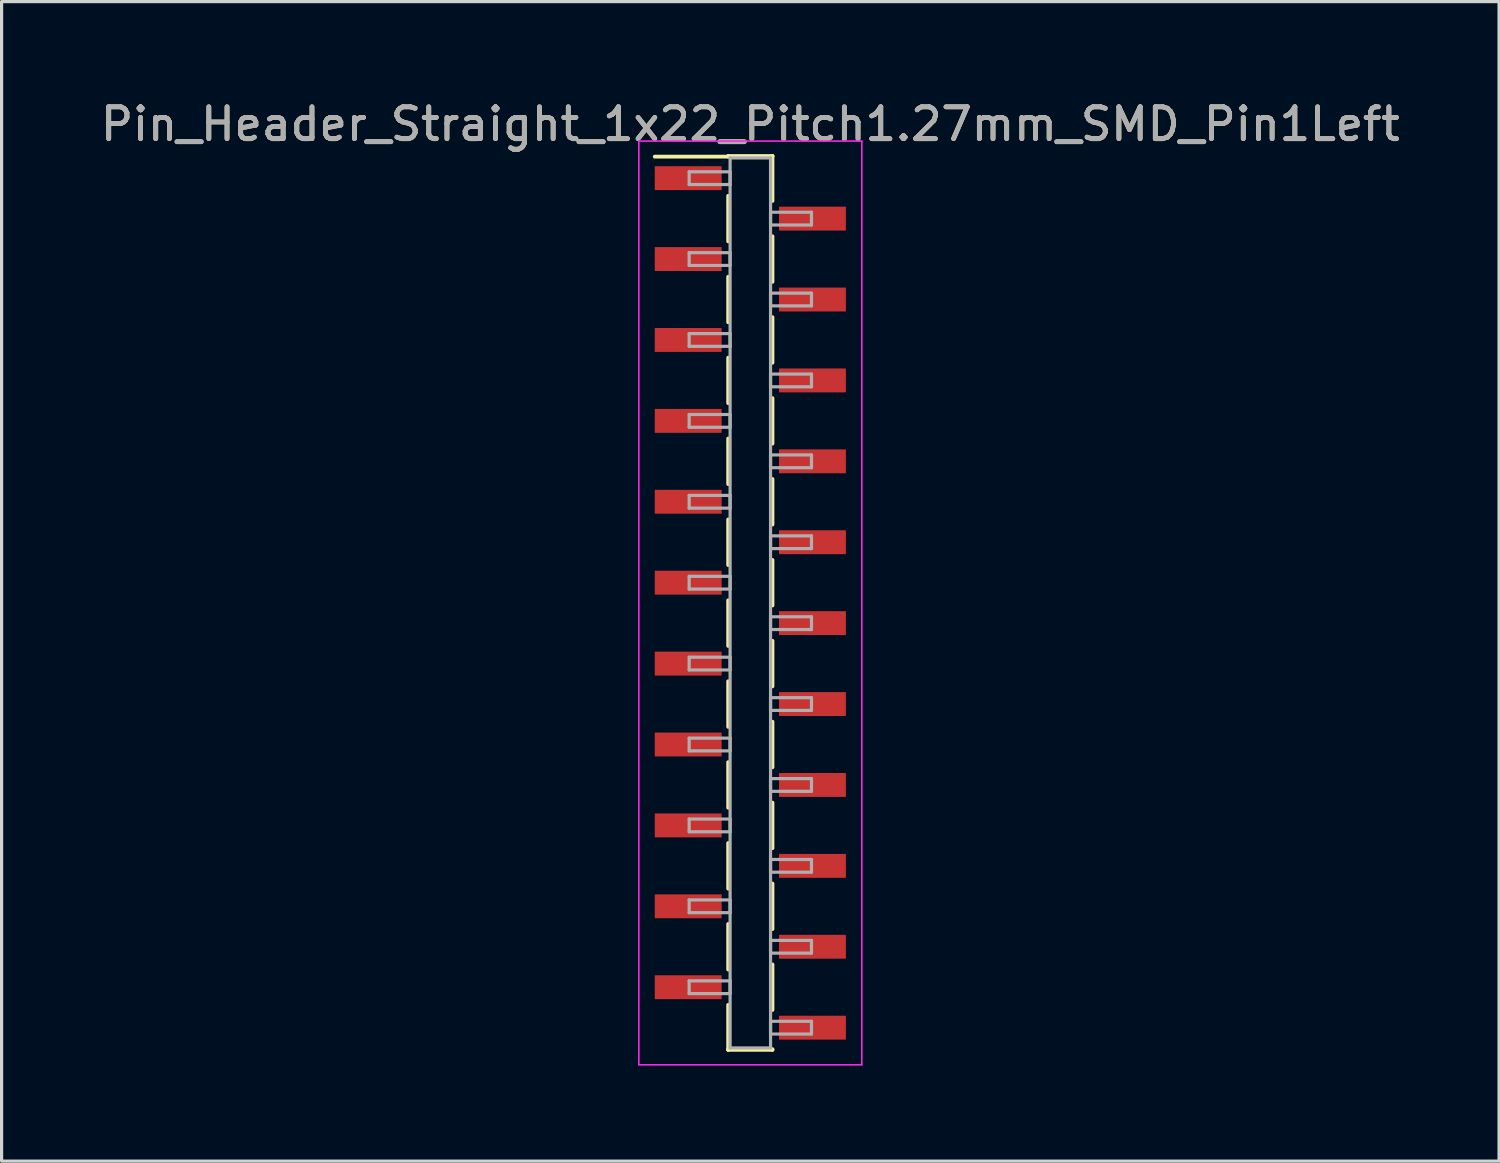
<source format=kicad_pcb>
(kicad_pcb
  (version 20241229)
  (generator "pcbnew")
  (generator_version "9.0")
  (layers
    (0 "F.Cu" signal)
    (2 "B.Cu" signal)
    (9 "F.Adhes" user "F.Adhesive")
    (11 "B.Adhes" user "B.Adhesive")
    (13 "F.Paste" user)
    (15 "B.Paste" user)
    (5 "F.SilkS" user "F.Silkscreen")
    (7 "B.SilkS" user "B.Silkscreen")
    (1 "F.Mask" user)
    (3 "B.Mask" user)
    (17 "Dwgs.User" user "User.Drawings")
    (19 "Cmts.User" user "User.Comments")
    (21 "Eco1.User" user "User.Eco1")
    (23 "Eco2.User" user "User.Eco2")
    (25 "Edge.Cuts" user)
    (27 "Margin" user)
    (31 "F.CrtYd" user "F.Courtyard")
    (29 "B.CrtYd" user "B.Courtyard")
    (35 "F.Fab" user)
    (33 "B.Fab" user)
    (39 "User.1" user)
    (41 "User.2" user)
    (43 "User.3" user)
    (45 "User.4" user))
  (footprint "Pin_Header_Straight_1x22_Pitch1.27mm_SMD_Pin1Left"
    (layer "F.Cu")
    (at 20.506 15.878)
    (property "Reference" "Pin_Header_Straight_1x22_Pitch1.27mm_SMD_Pin1Left" (at 0 -15.03 0) (layer "F.SilkS") (effects (font (size 1 1) (thickness 0.15))))
    (attr smd)
    (fp_line (start -0.695 -14.03) (end 0.695 -14.03) (stroke (width 0.12) (type solid)) (layer "F.SilkS"))
    (fp_line (start -0.695 -14.01) (end -3 -14.01) (stroke (width 0.12) (type solid)) (layer "F.SilkS"))
    (fp_line (start -0.695 -14.01) (end -0.695 -14.03) (stroke (width 0.12) (type solid)) (layer "F.SilkS"))
    (fp_line (start -0.695 -12.78) (end -0.695 -11.35) (stroke (width 0.12) (type solid)) (layer "F.SilkS"))
    (fp_line (start -0.695 -10.24) (end -0.695 -8.81) (stroke (width 0.12) (type solid)) (layer "F.SilkS"))
    (fp_line (start -0.695 -7.7) (end -0.695 -6.27) (stroke (width 0.12) (type solid)) (layer "F.SilkS"))
    (fp_line (start -0.695 -5.16) (end -0.695 -3.73) (stroke (width 0.12) (type solid)) (layer "F.SilkS"))
    (fp_line (start -0.695 -2.62) (end -0.695 -1.19) (stroke (width 0.12) (type solid)) (layer "F.SilkS"))
    (fp_line (start -0.695 -0.08) (end -0.695 1.35) (stroke (width 0.12) (type solid)) (layer "F.SilkS"))
    (fp_line (start -0.695 2.46) (end -0.695 3.89) (stroke (width 0.12) (type solid)) (layer "F.SilkS"))
    (fp_line (start -0.695 5) (end -0.695 6.43) (stroke (width 0.12) (type solid)) (layer "F.SilkS"))
    (fp_line (start -0.695 7.54) (end -0.695 8.97) (stroke (width 0.12) (type solid)) (layer "F.SilkS"))
    (fp_line (start -0.695 10.08) (end -0.695 11.51) (stroke (width 0.12) (type solid)) (layer "F.SilkS"))
    (fp_line (start -0.695 12.62) (end -0.695 14.03) (stroke (width 0.12) (type solid)) (layer "F.SilkS"))
    (fp_line (start -0.695 14.01) (end -0.695 14.03) (stroke (width 0.12) (type solid)) (layer "F.SilkS"))
    (fp_line (start -0.695 14.03) (end 0.695 14.03) (stroke (width 0.12) (type solid)) (layer "F.SilkS"))
    (fp_line (start 0.695 -14.03) (end 0.695 -14.01) (stroke (width 0.12) (type solid)) (layer "F.SilkS"))
    (fp_line (start 0.695 -14.03) (end 0.695 -12.62) (stroke (width 0.12) (type solid)) (layer "F.SilkS"))
    (fp_line (start 0.695 -11.51) (end 0.695 -10.08) (stroke (width 0.12) (type solid)) (layer "F.SilkS"))
    (fp_line (start 0.695 -8.97) (end 0.695 -7.54) (stroke (width 0.12) (type solid)) (layer "F.SilkS"))
    (fp_line (start 0.695 -6.43) (end 0.695 -5) (stroke (width 0.12) (type solid)) (layer "F.SilkS"))
    (fp_line (start 0.695 -3.89) (end 0.695 -2.46) (stroke (width 0.12) (type solid)) (layer "F.SilkS"))
    (fp_line (start 0.695 -1.35) (end 0.695 0.08) (stroke (width 0.12) (type solid)) (layer "F.SilkS"))
    (fp_line (start 0.695 1.19) (end 0.695 2.62) (stroke (width 0.12) (type solid)) (layer "F.SilkS"))
    (fp_line (start 0.695 3.73) (end 0.695 5.16) (stroke (width 0.12) (type solid)) (layer "F.SilkS"))
    (fp_line (start 0.695 6.27) (end 0.695 7.7) (stroke (width 0.12) (type solid)) (layer "F.SilkS"))
    (fp_line (start 0.695 8.81) (end 0.695 10.24) (stroke (width 0.12) (type solid)) (layer "F.SilkS"))
    (fp_line (start 0.695 11.35) (end 0.695 12.78) (stroke (width 0.12) (type solid)) (layer "F.SilkS"))
    (fp_line (start 0.695 14.03) (end 0.695 14.01) (stroke (width 0.12) (type solid)) (layer "F.SilkS"))
    (fp_line (start -3.5 -14.5) (end -3.5 14.5) (stroke (width 0.05) (type solid)) (layer "F.CrtYd"))
    (fp_line (start -3.5 14.5) (end 3.5 14.5) (stroke (width 0.05) (type solid)) (layer "F.CrtYd"))
    (fp_line (start 3.5 -14.5) (end -3.5 -14.5) (stroke (width 0.05) (type solid)) (layer "F.CrtYd"))
    (fp_line (start 3.5 14.5) (end 3.5 -14.5) (stroke (width 0.05) (type solid)) (layer "F.CrtYd"))
    (fp_line (start -1.92 -13.535) (end -0.635 -13.535) (stroke (width 0.1) (type solid)) (layer "F.Fab"))
    (fp_line (start -1.92 -13.135) (end -1.92 -13.535) (stroke (width 0.1) (type solid)) (layer "F.Fab"))
    (fp_line (start -1.92 -10.995) (end -0.635 -10.995) (stroke (width 0.1) (type solid)) (layer "F.Fab"))
    (fp_line (start -1.92 -10.595) (end -1.92 -10.995) (stroke (width 0.1) (type solid)) (layer "F.Fab"))
    (fp_line (start -1.92 -8.455) (end -0.635 -8.455) (stroke (width 0.1) (type solid)) (layer "F.Fab"))
    (fp_line (start -1.92 -8.055) (end -1.92 -8.455) (stroke (width 0.1) (type solid)) (layer "F.Fab"))
    (fp_line (start -1.92 -5.915) (end -0.635 -5.915) (stroke (width 0.1) (type solid)) (layer "F.Fab"))
    (fp_line (start -1.92 -5.515) (end -1.92 -5.915) (stroke (width 0.1) (type solid)) (layer "F.Fab"))
    (fp_line (start -1.92 -3.375) (end -0.635 -3.375) (stroke (width 0.1) (type solid)) (layer "F.Fab"))
    (fp_line (start -1.92 -2.975) (end -1.92 -3.375) (stroke (width 0.1) (type solid)) (layer "F.Fab"))
    (fp_line (start -1.92 -0.835) (end -0.635 -0.835) (stroke (width 0.1) (type solid)) (layer "F.Fab"))
    (fp_line (start -1.92 -0.435) (end -1.92 -0.835) (stroke (width 0.1) (type solid)) (layer "F.Fab"))
    (fp_line (start -1.92 1.705) (end -0.635 1.705) (stroke (width 0.1) (type solid)) (layer "F.Fab"))
    (fp_line (start -1.92 2.105) (end -1.92 1.705) (stroke (width 0.1) (type solid)) (layer "F.Fab"))
    (fp_line (start -1.92 4.245) (end -0.635 4.245) (stroke (width 0.1) (type solid)) (layer "F.Fab"))
    (fp_line (start -1.92 4.645) (end -1.92 4.245) (stroke (width 0.1) (type solid)) (layer "F.Fab"))
    (fp_line (start -1.92 6.785) (end -0.635 6.785) (stroke (width 0.1) (type solid)) (layer "F.Fab"))
    (fp_line (start -1.92 7.185) (end -1.92 6.785) (stroke (width 0.1) (type solid)) (layer "F.Fab"))
    (fp_line (start -1.92 9.325) (end -0.635 9.325) (stroke (width 0.1) (type solid)) (layer "F.Fab"))
    (fp_line (start -1.92 9.725) (end -1.92 9.325) (stroke (width 0.1) (type solid)) (layer "F.Fab"))
    (fp_line (start -1.92 11.865) (end -0.635 11.865) (stroke (width 0.1) (type solid)) (layer "F.Fab"))
    (fp_line (start -1.92 12.265) (end -1.92 11.865) (stroke (width 0.1) (type solid)) (layer "F.Fab"))
    (fp_line (start -0.635 -13.97) (end -0.635 13.97) (stroke (width 0.1) (type solid)) (layer "F.Fab"))
    (fp_line (start -0.635 -13.535) (end -0.635 -13.135) (stroke (width 0.1) (type solid)) (layer "F.Fab"))
    (fp_line (start -0.635 -13.135) (end -1.92 -13.135) (stroke (width 0.1) (type solid)) (layer "F.Fab"))
    (fp_line (start -0.635 -10.995) (end -0.635 -10.595) (stroke (width 0.1) (type solid)) (layer "F.Fab"))
    (fp_line (start -0.635 -10.595) (end -1.92 -10.595) (stroke (width 0.1) (type solid)) (layer "F.Fab"))
    (fp_line (start -0.635 -8.455) (end -0.635 -8.055) (stroke (width 0.1) (type solid)) (layer "F.Fab"))
    (fp_line (start -0.635 -8.055) (end -1.92 -8.055) (stroke (width 0.1) (type solid)) (layer "F.Fab"))
    (fp_line (start -0.635 -5.915) (end -0.635 -5.515) (stroke (width 0.1) (type solid)) (layer "F.Fab"))
    (fp_line (start -0.635 -5.515) (end -1.92 -5.515) (stroke (width 0.1) (type solid)) (layer "F.Fab"))
    (fp_line (start -0.635 -3.375) (end -0.635 -2.975) (stroke (width 0.1) (type solid)) (layer "F.Fab"))
    (fp_line (start -0.635 -2.975) (end -1.92 -2.975) (stroke (width 0.1) (type solid)) (layer "F.Fab"))
    (fp_line (start -0.635 -0.835) (end -0.635 -0.435) (stroke (width 0.1) (type solid)) (layer "F.Fab"))
    (fp_line (start -0.635 -0.435) (end -1.92 -0.435) (stroke (width 0.1) (type solid)) (layer "F.Fab"))
    (fp_line (start -0.635 1.705) (end -0.635 2.105) (stroke (width 0.1) (type solid)) (layer "F.Fab"))
    (fp_line (start -0.635 2.105) (end -1.92 2.105) (stroke (width 0.1) (type solid)) (layer "F.Fab"))
    (fp_line (start -0.635 4.245) (end -0.635 4.645) (stroke (width 0.1) (type solid)) (layer "F.Fab"))
    (fp_line (start -0.635 4.645) (end -1.92 4.645) (stroke (width 0.1) (type solid)) (layer "F.Fab"))
    (fp_line (start -0.635 6.785) (end -0.635 7.185) (stroke (width 0.1) (type solid)) (layer "F.Fab"))
    (fp_line (start -0.635 7.185) (end -1.92 7.185) (stroke (width 0.1) (type solid)) (layer "F.Fab"))
    (fp_line (start -0.635 9.325) (end -0.635 9.725) (stroke (width 0.1) (type solid)) (layer "F.Fab"))
    (fp_line (start -0.635 9.725) (end -1.92 9.725) (stroke (width 0.1) (type solid)) (layer "F.Fab"))
    (fp_line (start -0.635 11.865) (end -0.635 12.265) (stroke (width 0.1) (type solid)) (layer "F.Fab"))
    (fp_line (start -0.635 12.265) (end -1.92 12.265) (stroke (width 0.1) (type solid)) (layer "F.Fab"))
    (fp_line (start -0.635 13.97) (end 0.635 13.97) (stroke (width 0.1) (type solid)) (layer "F.Fab"))
    (fp_line (start 0.635 -13.97) (end -0.635 -13.97) (stroke (width 0.1) (type solid)) (layer "F.Fab"))
    (fp_line (start 0.635 -12.265) (end 0.635 -11.865) (stroke (width 0.1) (type solid)) (layer "F.Fab"))
    (fp_line (start 0.635 -11.865) (end 1.92 -11.865) (stroke (width 0.1) (type solid)) (layer "F.Fab"))
    (fp_line (start 0.635 -9.725) (end 0.635 -9.325) (stroke (width 0.1) (type solid)) (layer "F.Fab"))
    (fp_line (start 0.635 -9.325) (end 1.92 -9.325) (stroke (width 0.1) (type solid)) (layer "F.Fab"))
    (fp_line (start 0.635 -7.185) (end 0.635 -6.785) (stroke (width 0.1) (type solid)) (layer "F.Fab"))
    (fp_line (start 0.635 -6.785) (end 1.92 -6.785) (stroke (width 0.1) (type solid)) (layer "F.Fab"))
    (fp_line (start 0.635 -4.645) (end 0.635 -4.245) (stroke (width 0.1) (type solid)) (layer "F.Fab"))
    (fp_line (start 0.635 -4.245) (end 1.92 -4.245) (stroke (width 0.1) (type solid)) (layer "F.Fab"))
    (fp_line (start 0.635 -2.105) (end 0.635 -1.705) (stroke (width 0.1) (type solid)) (layer "F.Fab"))
    (fp_line (start 0.635 -1.705) (end 1.92 -1.705) (stroke (width 0.1) (type solid)) (layer "F.Fab"))
    (fp_line (start 0.635 0.435) (end 0.635 0.835) (stroke (width 0.1) (type solid)) (layer "F.Fab"))
    (fp_line (start 0.635 0.835) (end 1.92 0.835) (stroke (width 0.1) (type solid)) (layer "F.Fab"))
    (fp_line (start 0.635 2.975) (end 0.635 3.375) (stroke (width 0.1) (type solid)) (layer "F.Fab"))
    (fp_line (start 0.635 3.375) (end 1.92 3.375) (stroke (width 0.1) (type solid)) (layer "F.Fab"))
    (fp_line (start 0.635 5.515) (end 0.635 5.915) (stroke (width 0.1) (type solid)) (layer "F.Fab"))
    (fp_line (start 0.635 5.915) (end 1.92 5.915) (stroke (width 0.1) (type solid)) (layer "F.Fab"))
    (fp_line (start 0.635 8.055) (end 0.635 8.455) (stroke (width 0.1) (type solid)) (layer "F.Fab"))
    (fp_line (start 0.635 8.455) (end 1.92 8.455) (stroke (width 0.1) (type solid)) (layer "F.Fab"))
    (fp_line (start 0.635 10.595) (end 0.635 10.995) (stroke (width 0.1) (type solid)) (layer "F.Fab"))
    (fp_line (start 0.635 10.995) (end 1.92 10.995) (stroke (width 0.1) (type solid)) (layer "F.Fab"))
    (fp_line (start 0.635 13.135) (end 0.635 13.535) (stroke (width 0.1) (type solid)) (layer "F.Fab"))
    (fp_line (start 0.635 13.535) (end 1.92 13.535) (stroke (width 0.1) (type solid)) (layer "F.Fab"))
    (fp_line (start 0.635 13.97) (end 0.635 -13.97) (stroke (width 0.1) (type solid)) (layer "F.Fab"))
    (fp_line (start 1.92 -12.265) (end 0.635 -12.265) (stroke (width 0.1) (type solid)) (layer "F.Fab"))
    (fp_line (start 1.92 -11.865) (end 1.92 -12.265) (stroke (width 0.1) (type solid)) (layer "F.Fab"))
    (fp_line (start 1.92 -9.725) (end 0.635 -9.725) (stroke (width 0.1) (type solid)) (layer "F.Fab"))
    (fp_line (start 1.92 -9.325) (end 1.92 -9.725) (stroke (width 0.1) (type solid)) (layer "F.Fab"))
    (fp_line (start 1.92 -7.185) (end 0.635 -7.185) (stroke (width 0.1) (type solid)) (layer "F.Fab"))
    (fp_line (start 1.92 -6.785) (end 1.92 -7.185) (stroke (width 0.1) (type solid)) (layer "F.Fab"))
    (fp_line (start 1.92 -4.645) (end 0.635 -4.645) (stroke (width 0.1) (type solid)) (layer "F.Fab"))
    (fp_line (start 1.92 -4.245) (end 1.92 -4.645) (stroke (width 0.1) (type solid)) (layer "F.Fab"))
    (fp_line (start 1.92 -2.105) (end 0.635 -2.105) (stroke (width 0.1) (type solid)) (layer "F.Fab"))
    (fp_line (start 1.92 -1.705) (end 1.92 -2.105) (stroke (width 0.1) (type solid)) (layer "F.Fab"))
    (fp_line (start 1.92 0.435) (end 0.635 0.435) (stroke (width 0.1) (type solid)) (layer "F.Fab"))
    (fp_line (start 1.92 0.835) (end 1.92 0.435) (stroke (width 0.1) (type solid)) (layer "F.Fab"))
    (fp_line (start 1.92 2.975) (end 0.635 2.975) (stroke (width 0.1) (type solid)) (layer "F.Fab"))
    (fp_line (start 1.92 3.375) (end 1.92 2.975) (stroke (width 0.1) (type solid)) (layer "F.Fab"))
    (fp_line (start 1.92 5.515) (end 0.635 5.515) (stroke (width 0.1) (type solid)) (layer "F.Fab"))
    (fp_line (start 1.92 5.915) (end 1.92 5.515) (stroke (width 0.1) (type solid)) (layer "F.Fab"))
    (fp_line (start 1.92 8.055) (end 0.635 8.055) (stroke (width 0.1) (type solid)) (layer "F.Fab"))
    (fp_line (start 1.92 8.455) (end 1.92 8.055) (stroke (width 0.1) (type solid)) (layer "F.Fab"))
    (fp_line (start 1.92 10.595) (end 0.635 10.595) (stroke (width 0.1) (type solid)) (layer "F.Fab"))
    (fp_line (start 1.92 10.995) (end 1.92 10.595) (stroke (width 0.1) (type solid)) (layer "F.Fab"))
    (fp_line (start 1.92 13.135) (end 0.635 13.135) (stroke (width 0.1) (type solid)) (layer "F.Fab"))
    (fp_line (start 1.92 13.535) (end 1.92 13.135) (stroke (width 0.1) (type solid)) (layer "F.Fab"))
    (fp_text user "${REFERENCE}" (at 0 -15.03 0) (layer "F.Fab") (effects (font (size 1 1) (thickness 0.15))))
    (pad "1" smd rect (at -1.95 -13.335) (size 2.1 0.75) (layers "F.Cu" "F.Mask" "F.Paste"))
    (pad "2" smd rect (at 1.95 -12.065) (size 2.1 0.75) (layers "F.Cu" "F.Mask" "F.Paste"))
    (pad "3" smd rect (at -1.95 -10.795) (size 2.1 0.75) (layers "F.Cu" "F.Mask" "F.Paste"))
    (pad "4" smd rect (at 1.95 -9.525) (size 2.1 0.75) (layers "F.Cu" "F.Mask" "F.Paste"))
    (pad "5" smd rect (at -1.95 -8.255) (size 2.1 0.75) (layers "F.Cu" "F.Mask" "F.Paste"))
    (pad "6" smd rect (at 1.95 -6.985) (size 2.1 0.75) (layers "F.Cu" "F.Mask" "F.Paste"))
    (pad "7" smd rect (at -1.95 -5.715) (size 2.1 0.75) (layers "F.Cu" "F.Mask" "F.Paste"))
    (pad "8" smd rect (at 1.95 -4.445) (size 2.1 0.75) (layers "F.Cu" "F.Mask" "F.Paste"))
    (pad "9" smd rect (at -1.95 -3.175) (size 2.1 0.75) (layers "F.Cu" "F.Mask" "F.Paste"))
    (pad "10" smd rect (at 1.95 -1.905) (size 2.1 0.75) (layers "F.Cu" "F.Mask" "F.Paste"))
    (pad "11" smd rect (at -1.95 -0.635) (size 2.1 0.75) (layers "F.Cu" "F.Mask" "F.Paste"))
    (pad "12" smd rect (at 1.95 0.635) (size 2.1 0.75) (layers "F.Cu" "F.Mask" "F.Paste"))
    (pad "13" smd rect (at -1.95 1.905) (size 2.1 0.75) (layers "F.Cu" "F.Mask" "F.Paste"))
    (pad "14" smd rect (at 1.95 3.175) (size 2.1 0.75) (layers "F.Cu" "F.Mask" "F.Paste"))
    (pad "15" smd rect (at -1.95 4.445) (size 2.1 0.75) (layers "F.Cu" "F.Mask" "F.Paste"))
    (pad "16" smd rect (at 1.95 5.715) (size 2.1 0.75) (layers "F.Cu" "F.Mask" "F.Paste"))
    (pad "17" smd rect (at -1.95 6.985) (size 2.1 0.75) (layers "F.Cu" "F.Mask" "F.Paste"))
    (pad "18" smd rect (at 1.95 8.255) (size 2.1 0.75) (layers "F.Cu" "F.Mask" "F.Paste"))
    (pad "19" smd rect (at -1.95 9.525) (size 2.1 0.75) (layers "F.Cu" "F.Mask" "F.Paste"))
    (pad "20" smd rect (at 1.95 10.795) (size 2.1 0.75) (layers "F.Cu" "F.Mask" "F.Paste"))
    (pad "21" smd rect (at -1.95 12.065) (size 2.1 0.75) (layers "F.Cu" "F.Mask" "F.Paste"))
    (pad "22" smd rect (at 1.95 13.335) (size 2.1 0.75) (layers "F.Cu" "F.Mask" "F.Paste")))
  (gr_rect
    (start -3 -3)
    (end 44.012 33.403)
    (stroke (width 0.1) (type default))
    (fill no)
    (layer "Edge.Cuts")))
</source>
